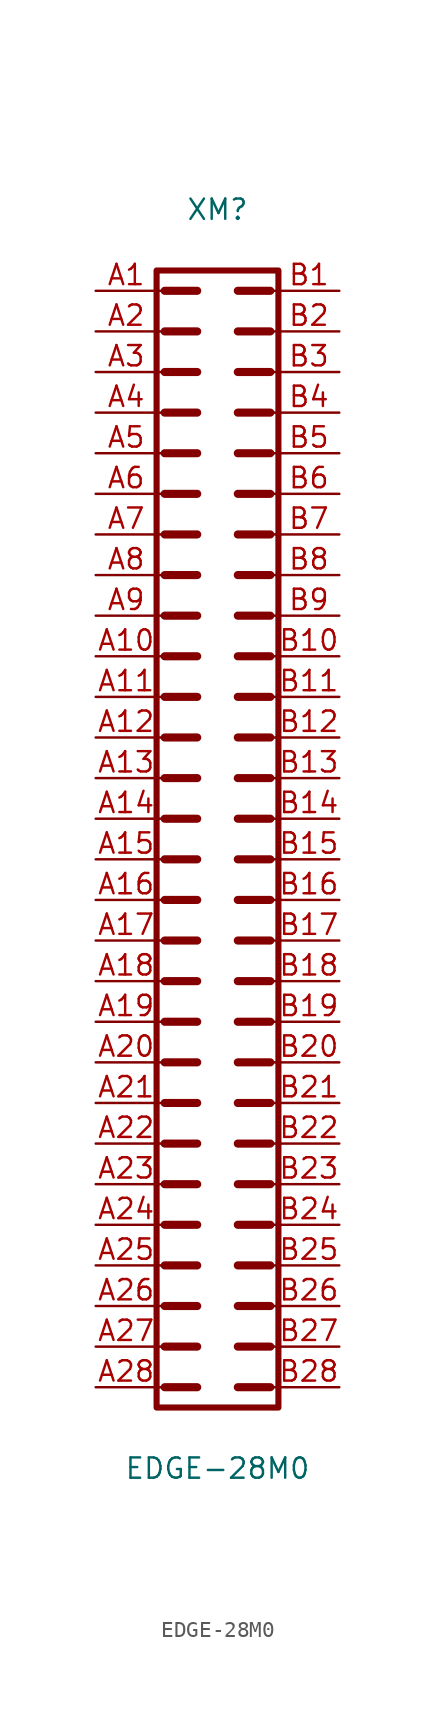
<source format=kicad_sym>
(kicad_symbol_lib
  (version 20231120)
  (generator "kicad_symbol_editor")
  (generator_version "8.0")
  (symbol "EDGE-28M0"
    (pin_names
      (offset 1.016))
    (property "Reference" "XM"
      (at 0 39.37 0)
      (effects (font (size 1.27 1.27))))
    (property "Value" "EDGE-28M0"
      (at 0 -39.37 0)
      (effects (font (size 1.27 1.27))))
    (symbol "EDGE-28M0_0_1"
      (rectangle (start -3.81 35.56) (end 3.81 -35.56) (stroke (width 0.381) (type default)) (fill (type none)))
      (polyline (pts (xy -3.81 -34.29) (xy -3.302 -34.29)) (stroke (width 0) (type default)) (fill (type none)))
      (polyline (pts (xy -3.81 -31.75) (xy -3.302 -31.75)) (stroke (width 0) (type default)) (fill (type none)))
      (polyline (pts (xy -3.81 -29.21) (xy -3.302 -29.21)) (stroke (width 0) (type default)) (fill (type none)))
      (polyline (pts (xy -3.81 -26.67) (xy -3.302 -26.67)) (stroke (width 0) (type default)) (fill (type none)))
      (polyline (pts (xy -3.81 -24.13) (xy -3.302 -24.13)) (stroke (width 0) (type default)) (fill (type none)))
      (polyline (pts (xy -3.81 -21.59) (xy -3.302 -21.59)) (stroke (width 0) (type default)) (fill (type none)))
      (polyline (pts (xy -3.81 -19.05) (xy -3.302 -19.05)) (stroke (width 0) (type default)) (fill (type none)))
      (polyline (pts (xy -3.81 -16.51) (xy -3.302 -16.51)) (stroke (width 0) (type default)) (fill (type none)))
      (polyline (pts (xy -3.81 -13.97) (xy -3.302 -13.97)) (stroke (width 0) (type default)) (fill (type none)))
      (polyline (pts (xy -3.81 -11.43) (xy -3.302 -11.43)) (stroke (width 0) (type default)) (fill (type none)))
      (polyline (pts (xy -3.81 -8.89) (xy -3.302 -8.89)) (stroke (width 0) (type default)) (fill (type none)))
      (polyline (pts (xy -3.81 -6.35) (xy -3.302 -6.35)) (stroke (width 0) (type default)) (fill (type none)))
      (polyline (pts (xy -3.81 -3.81) (xy -3.302 -3.81)) (stroke (width 0) (type default)) (fill (type none)))
      (polyline (pts (xy -3.81 -1.27) (xy -3.302 -1.27)) (stroke (width 0) (type default)) (fill (type none)))
      (polyline (pts (xy -3.81 1.27) (xy -3.302 1.27)) (stroke (width 0) (type default)) (fill (type none)))
      (polyline (pts (xy -3.81 3.81) (xy -3.302 3.81)) (stroke (width 0) (type default)) (fill (type none)))
      (polyline (pts (xy -3.81 6.35) (xy -3.302 6.35)) (stroke (width 0) (type default)) (fill (type none)))
      (polyline (pts (xy -3.81 8.89) (xy -3.302 8.89)) (stroke (width 0) (type default)) (fill (type none)))
      (polyline (pts (xy -3.81 11.43) (xy -3.302 11.43)) (stroke (width 0) (type default)) (fill (type none)))
      (polyline (pts (xy -3.81 13.97) (xy -3.302 13.97)) (stroke (width 0) (type default)) (fill (type none)))
      (polyline (pts (xy -3.81 16.51) (xy -3.302 16.51)) (stroke (width 0) (type default)) (fill (type none)))
      (polyline (pts (xy -3.81 19.05) (xy -3.302 19.05)) (stroke (width 0) (type default)) (fill (type none)))
      (polyline (pts (xy -3.81 21.59) (xy -3.302 21.59)) (stroke (width 0) (type default)) (fill (type none)))
      (polyline (pts (xy -3.81 24.13) (xy -3.302 24.13)) (stroke (width 0) (type default)) (fill (type none)))
      (polyline (pts (xy -3.81 26.67) (xy -3.302 26.67)) (stroke (width 0) (type default)) (fill (type none)))
      (polyline (pts (xy -3.81 29.21) (xy -3.302 29.21)) (stroke (width 0) (type default)) (fill (type none)))
      (polyline (pts (xy -3.81 31.75) (xy -3.302 31.75)) (stroke (width 0) (type default)) (fill (type none)))
      (polyline (pts (xy -3.81 34.29) (xy -3.302 34.29)) (stroke (width 0) (type default)) (fill (type none)))
      (polyline (pts (xy -3.302 -34.29) (xy -1.27 -34.29)) (stroke (width 0.508) (type default)) (fill (type none)))
      (polyline (pts (xy -3.302 -31.75) (xy -1.27 -31.75)) (stroke (width 0.508) (type default)) (fill (type none)))
      (polyline (pts (xy -3.302 -29.21) (xy -1.27 -29.21)) (stroke (width 0.508) (type default)) (fill (type none)))
      (polyline (pts (xy -3.302 -26.67) (xy -1.27 -26.67)) (stroke (width 0.508) (type default)) (fill (type none)))
      (polyline (pts (xy -3.302 -24.13) (xy -1.27 -24.13)) (stroke (width 0.508) (type default)) (fill (type none)))
      (polyline (pts (xy -3.302 -21.59) (xy -1.27 -21.59)) (stroke (width 0.508) (type default)) (fill (type none)))
      (polyline (pts (xy -3.302 -19.05) (xy -1.27 -19.05)) (stroke (width 0.508) (type default)) (fill (type none)))
      (polyline (pts (xy -3.302 -16.51) (xy -1.27 -16.51)) (stroke (width 0.508) (type default)) (fill (type none)))
      (polyline (pts (xy -3.302 -13.97) (xy -1.27 -13.97)) (stroke (width 0.508) (type default)) (fill (type none)))
      (polyline (pts (xy -3.302 -11.43) (xy -1.27 -11.43)) (stroke (width 0.508) (type default)) (fill (type none)))
      (polyline (pts (xy -3.302 -8.89) (xy -1.27 -8.89)) (stroke (width 0.508) (type default)) (fill (type none)))
      (polyline (pts (xy -3.302 -6.35) (xy -1.27 -6.35)) (stroke (width 0.508) (type default)) (fill (type none)))
      (polyline (pts (xy -3.302 -3.81) (xy -1.27 -3.81)) (stroke (width 0.508) (type default)) (fill (type none)))
      (polyline (pts (xy -3.302 -1.27) (xy -1.27 -1.27)) (stroke (width 0.508) (type default)) (fill (type none)))
      (polyline (pts (xy -3.302 1.27) (xy -1.27 1.27)) (stroke (width 0.508) (type default)) (fill (type none)))
      (polyline (pts (xy -3.302 3.81) (xy -1.27 3.81)) (stroke (width 0.508) (type default)) (fill (type none)))
      (polyline (pts (xy -3.302 6.35) (xy -1.27 6.35)) (stroke (width 0.508) (type default)) (fill (type none)))
      (polyline (pts (xy -3.302 8.89) (xy -1.27 8.89)) (stroke (width 0.508) (type default)) (fill (type none)))
      (polyline (pts (xy -3.302 11.43) (xy -1.27 11.43)) (stroke (width 0.508) (type default)) (fill (type none)))
      (polyline (pts (xy -3.302 13.97) (xy -1.27 13.97)) (stroke (width 0.508) (type default)) (fill (type none)))
      (polyline (pts (xy -3.302 16.51) (xy -1.27 16.51)) (stroke (width 0.508) (type default)) (fill (type none)))
      (polyline (pts (xy -3.302 19.05) (xy -1.27 19.05)) (stroke (width 0.508) (type default)) (fill (type none)))
      (polyline (pts (xy -3.302 21.59) (xy -1.27 21.59)) (stroke (width 0.508) (type default)) (fill (type none)))
      (polyline (pts (xy -3.302 24.13) (xy -1.27 24.13)) (stroke (width 0.508) (type default)) (fill (type none)))
      (polyline (pts (xy -3.302 26.67) (xy -1.27 26.67)) (stroke (width 0.508) (type default)) (fill (type none)))
      (polyline (pts (xy -3.302 29.21) (xy -1.27 29.21)) (stroke (width 0.508) (type default)) (fill (type none)))
      (polyline (pts (xy -3.302 31.75) (xy -1.27 31.75)) (stroke (width 0.508) (type default)) (fill (type none)))
      (polyline (pts (xy -3.302 34.29) (xy -1.27 34.29)) (stroke (width 0.508) (type default)) (fill (type none)))
      (polyline (pts (xy 3.302 -34.29) (xy 1.27 -34.29)) (stroke (width 0.508) (type default)) (fill (type none)))
      (polyline (pts (xy 3.302 -31.75) (xy 1.27 -31.75)) (stroke (width 0.508) (type default)) (fill (type none)))
      (polyline (pts (xy 3.302 -29.21) (xy 1.27 -29.21)) (stroke (width 0.508) (type default)) (fill (type none)))
      (polyline (pts (xy 3.302 -26.67) (xy 1.27 -26.67)) (stroke (width 0.508) (type default)) (fill (type none)))
      (polyline (pts (xy 3.302 -24.13) (xy 1.27 -24.13)) (stroke (width 0.508) (type default)) (fill (type none)))
      (polyline (pts (xy 3.302 -21.59) (xy 1.27 -21.59)) (stroke (width 0.508) (type default)) (fill (type none)))
      (polyline (pts (xy 3.302 -19.05) (xy 1.27 -19.05)) (stroke (width 0.508) (type default)) (fill (type none)))
      (polyline (pts (xy 3.302 -16.51) (xy 1.27 -16.51)) (stroke (width 0.508) (type default)) (fill (type none)))
      (polyline (pts (xy 3.302 -13.97) (xy 1.27 -13.97)) (stroke (width 0.508) (type default)) (fill (type none)))
      (polyline (pts (xy 3.302 -11.43) (xy 1.27 -11.43)) (stroke (width 0.508) (type default)) (fill (type none)))
      (polyline (pts (xy 3.302 -8.89) (xy 1.27 -8.89)) (stroke (width 0.508) (type default)) (fill (type none)))
      (polyline (pts (xy 3.302 -6.35) (xy 1.27 -6.35)) (stroke (width 0.508) (type default)) (fill (type none)))
      (polyline (pts (xy 3.302 -3.81) (xy 1.27 -3.81)) (stroke (width 0.508) (type default)) (fill (type none)))
      (polyline (pts (xy 3.302 -1.27) (xy 1.27 -1.27)) (stroke (width 0.508) (type default)) (fill (type none)))
      (polyline (pts (xy 3.302 1.27) (xy 1.27 1.27)) (stroke (width 0.508) (type default)) (fill (type none)))
      (polyline (pts (xy 3.302 3.81) (xy 1.27 3.81)) (stroke (width 0.508) (type default)) (fill (type none)))
      (polyline (pts (xy 3.302 6.35) (xy 1.27 6.35)) (stroke (width 0.508) (type default)) (fill (type none)))
      (polyline (pts (xy 3.302 8.89) (xy 1.27 8.89)) (stroke (width 0.508) (type default)) (fill (type none)))
      (polyline (pts (xy 3.302 11.43) (xy 1.27 11.43)) (stroke (width 0.508) (type default)) (fill (type none)))
      (polyline (pts (xy 3.302 13.97) (xy 1.27 13.97)) (stroke (width 0.508) (type default)) (fill (type none)))
      (polyline (pts (xy 3.302 16.51) (xy 1.27 16.51)) (stroke (width 0.508) (type default)) (fill (type none)))
      (polyline (pts (xy 3.302 19.05) (xy 1.27 19.05)) (stroke (width 0.508) (type default)) (fill (type none)))
      (polyline (pts (xy 3.302 21.59) (xy 1.27 21.59)) (stroke (width 0.508) (type default)) (fill (type none)))
      (polyline (pts (xy 3.302 24.13) (xy 1.27 24.13)) (stroke (width 0.508) (type default)) (fill (type none)))
      (polyline (pts (xy 3.302 26.67) (xy 1.27 26.67)) (stroke (width 0.508) (type default)) (fill (type none)))
      (polyline (pts (xy 3.302 29.21) (xy 1.27 29.21)) (stroke (width 0.508) (type default)) (fill (type none)))
      (polyline (pts (xy 3.302 31.75) (xy 1.27 31.75)) (stroke (width 0.508) (type default)) (fill (type none)))
      (polyline (pts (xy 3.302 34.29) (xy 1.27 34.29)) (stroke (width 0.508) (type default)) (fill (type none)))
      (polyline (pts (xy 3.81 -34.29) (xy 3.302 -34.29)) (stroke (width 0) (type default)) (fill (type none)))
      (polyline (pts (xy 3.81 -31.75) (xy 3.302 -31.75)) (stroke (width 0) (type default)) (fill (type none)))
      (polyline (pts (xy 3.81 -29.21) (xy 3.302 -29.21)) (stroke (width 0) (type default)) (fill (type none)))
      (polyline (pts (xy 3.81 -26.67) (xy 3.302 -26.67)) (stroke (width 0) (type default)) (fill (type none)))
      (polyline (pts (xy 3.81 -24.13) (xy 3.302 -24.13)) (stroke (width 0) (type default)) (fill (type none)))
      (polyline (pts (xy 3.81 -21.59) (xy 3.302 -21.59)) (stroke (width 0) (type default)) (fill (type none)))
      (polyline (pts (xy 3.81 -19.05) (xy 3.302 -19.05)) (stroke (width 0) (type default)) (fill (type none)))
      (polyline (pts (xy 3.81 -16.51) (xy 3.302 -16.51)) (stroke (width 0) (type default)) (fill (type none)))
      (polyline (pts (xy 3.81 -13.97) (xy 3.302 -13.97)) (stroke (width 0) (type default)) (fill (type none)))
      (polyline (pts (xy 3.81 -11.43) (xy 3.302 -11.43)) (stroke (width 0) (type default)) (fill (type none)))
      (polyline (pts (xy 3.81 -8.89) (xy 3.302 -8.89)) (stroke (width 0) (type default)) (fill (type none)))
      (polyline (pts (xy 3.81 -6.35) (xy 3.302 -6.35)) (stroke (width 0) (type default)) (fill (type none)))
      (polyline (pts (xy 3.81 -3.81) (xy 3.302 -3.81)) (stroke (width 0) (type default)) (fill (type none)))
      (polyline (pts (xy 3.81 -1.27) (xy 3.302 -1.27)) (stroke (width 0) (type default)) (fill (type none)))
      (polyline (pts (xy 3.81 1.27) (xy 3.302 1.27)) (stroke (width 0) (type default)) (fill (type none)))
      (polyline (pts (xy 3.81 3.81) (xy 3.302 3.81)) (stroke (width 0) (type default)) (fill (type none)))
      (polyline (pts (xy 3.81 6.35) (xy 3.302 6.35)) (stroke (width 0) (type default)) (fill (type none)))
      (polyline (pts (xy 3.81 8.89) (xy 3.302 8.89)) (stroke (width 0) (type default)) (fill (type none)))
      (polyline (pts (xy 3.81 11.43) (xy 3.302 11.43)) (stroke (width 0) (type default)) (fill (type none)))
      (polyline (pts (xy 3.81 13.97) (xy 3.302 13.97)) (stroke (width 0) (type default)) (fill (type none)))
      (polyline (pts (xy 3.81 16.51) (xy 3.302 16.51)) (stroke (width 0) (type default)) (fill (type none)))
      (polyline (pts (xy 3.81 19.05) (xy 3.302 19.05)) (stroke (width 0) (type default)) (fill (type none)))
      (polyline (pts (xy 3.81 21.59) (xy 3.302 21.59)) (stroke (width 0) (type default)) (fill (type none)))
      (polyline (pts (xy 3.81 24.13) (xy 3.302 24.13)) (stroke (width 0) (type default)) (fill (type none)))
      (polyline (pts (xy 3.81 26.67) (xy 3.302 26.67)) (stroke (width 0) (type default)) (fill (type none)))
      (polyline (pts (xy 3.81 29.21) (xy 3.302 29.21)) (stroke (width 0) (type default)) (fill (type none)))
      (polyline (pts (xy 3.81 31.75) (xy 3.302 31.75)) (stroke (width 0) (type default)) (fill (type none)))
      (polyline (pts (xy 3.81 34.29) (xy 3.302 34.29)) (stroke (width 0) (type default)) (fill (type none))))
    (symbol "EDGE-28M0_1_1"
      (pin passive line (at -7.62 34.29 0) (length 3.81) (name "~" (effects (font (size 1.27 1.27)))) (number "A1" (effects (font (size 1.27 1.27)))))
      (pin passive line (at -7.62 11.43 0) (length 3.81) (name "~" (effects (font (size 1.27 1.27)))) (number "A10" (effects (font (size 1.27 1.27)))))
      (pin passive line (at -7.62 8.89 0) (length 3.81) (name "~" (effects (font (size 1.27 1.27)))) (number "A11" (effects (font (size 1.27 1.27)))))
      (pin passive line (at -7.62 6.35 0) (length 3.81) (name "~" (effects (font (size 1.27 1.27)))) (number "A12" (effects (font (size 1.27 1.27)))))
      (pin passive line (at -7.62 3.81 0) (length 3.81) (name "~" (effects (font (size 1.27 1.27)))) (number "A13" (effects (font (size 1.27 1.27)))))
      (pin passive line (at -7.62 1.27 0) (length 3.81) (name "~" (effects (font (size 1.27 1.27)))) (number "A14" (effects (font (size 1.27 1.27)))))
      (pin passive line (at -7.62 -1.27 0) (length 3.81) (name "~" (effects (font (size 1.27 1.27)))) (number "A15" (effects (font (size 1.27 1.27)))))
      (pin passive line (at -7.62 -3.81 0) (length 3.81) (name "~" (effects (font (size 1.27 1.27)))) (number "A16" (effects (font (size 1.27 1.27)))))
      (pin passive line (at -7.62 -6.35 0) (length 3.81) (name "~" (effects (font (size 1.27 1.27)))) (number "A17" (effects (font (size 1.27 1.27)))))
      (pin passive line (at -7.62 -8.89 0) (length 3.81) (name "~" (effects (font (size 1.27 1.27)))) (number "A18" (effects (font (size 1.27 1.27)))))
      (pin passive line (at -7.62 -11.43 0) (length 3.81) (name "~" (effects (font (size 1.27 1.27)))) (number "A19" (effects (font (size 1.27 1.27)))))
      (pin passive line (at -7.62 31.75 0) (length 3.81) (name "~" (effects (font (size 1.27 1.27)))) (number "A2" (effects (font (size 1.27 1.27)))))
      (pin passive line (at -7.62 -13.97 0) (length 3.81) (name "~" (effects (font (size 1.27 1.27)))) (number "A20" (effects (font (size 1.27 1.27)))))
      (pin passive line (at -7.62 -16.51 0) (length 3.81) (name "~" (effects (font (size 1.27 1.27)))) (number "A21" (effects (font (size 1.27 1.27)))))
      (pin passive line (at -7.62 -19.05 0) (length 3.81) (name "~" (effects (font (size 1.27 1.27)))) (number "A22" (effects (font (size 1.27 1.27)))))
      (pin passive line (at -7.62 -21.59 0) (length 3.81) (name "~" (effects (font (size 1.27 1.27)))) (number "A23" (effects (font (size 1.27 1.27)))))
      (pin passive line (at -7.62 -24.13 0) (length 3.81) (name "~" (effects (font (size 1.27 1.27)))) (number "A24" (effects (font (size 1.27 1.27)))))
      (pin passive line (at -7.62 -26.67 0) (length 3.81) (name "~" (effects (font (size 1.27 1.27)))) (number "A25" (effects (font (size 1.27 1.27)))))
      (pin passive line (at -7.62 -29.21 0) (length 3.81) (name "~" (effects (font (size 1.27 1.27)))) (number "A26" (effects (font (size 1.27 1.27)))))
      (pin passive line (at -7.62 -31.75 0) (length 3.81) (name "~" (effects (font (size 1.27 1.27)))) (number "A27" (effects (font (size 1.27 1.27)))))
      (pin passive line (at -7.62 -34.29 0) (length 3.81) (name "~" (effects (font (size 1.27 1.27)))) (number "A28" (effects (font (size 1.27 1.27)))))
      (pin passive line (at -7.62 29.21 0) (length 3.81) (name "~" (effects (font (size 1.27 1.27)))) (number "A3" (effects (font (size 1.27 1.27)))))
      (pin passive line (at -7.62 26.67 0) (length 3.81) (name "~" (effects (font (size 1.27 1.27)))) (number "A4" (effects (font (size 1.27 1.27)))))
      (pin passive line (at -7.62 24.13 0) (length 3.81) (name "~" (effects (font (size 1.27 1.27)))) (number "A5" (effects (font (size 1.27 1.27)))))
      (pin passive line (at -7.62 21.59 0) (length 3.81) (name "~" (effects (font (size 1.27 1.27)))) (number "A6" (effects (font (size 1.27 1.27)))))
      (pin passive line (at -7.62 19.05 0) (length 3.81) (name "~" (effects (font (size 1.27 1.27)))) (number "A7" (effects (font (size 1.27 1.27)))))
      (pin passive line (at -7.62 16.51 0) (length 3.81) (name "~" (effects (font (size 1.27 1.27)))) (number "A8" (effects (font (size 1.27 1.27)))))
      (pin passive line (at -7.62 13.97 0) (length 3.81) (name "~" (effects (font (size 1.27 1.27)))) (number "A9" (effects (font (size 1.27 1.27)))))
      (pin passive line (at 7.62 34.29 180) (length 3.81) (name "~" (effects (font (size 1.27 1.27)))) (number "B1" (effects (font (size 1.27 1.27)))))
      (pin passive line (at 7.62 11.43 180) (length 3.81) (name "~" (effects (font (size 1.27 1.27)))) (number "B10" (effects (font (size 1.27 1.27)))))
      (pin passive line (at 7.62 8.89 180) (length 3.81) (name "~" (effects (font (size 1.27 1.27)))) (number "B11" (effects (font (size 1.27 1.27)))))
      (pin passive line (at 7.62 6.35 180) (length 3.81) (name "~" (effects (font (size 1.27 1.27)))) (number "B12" (effects (font (size 1.27 1.27)))))
      (pin passive line (at 7.62 3.81 180) (length 3.81) (name "~" (effects (font (size 1.27 1.27)))) (number "B13" (effects (font (size 1.27 1.27)))))
      (pin passive line (at 7.62 1.27 180) (length 3.81) (name "~" (effects (font (size 1.27 1.27)))) (number "B14" (effects (font (size 1.27 1.27)))))
      (pin passive line (at 7.62 -1.27 180) (length 3.81) (name "~" (effects (font (size 1.27 1.27)))) (number "B15" (effects (font (size 1.27 1.27)))))
      (pin passive line (at 7.62 -3.81 180) (length 3.81) (name "~" (effects (font (size 1.27 1.27)))) (number "B16" (effects (font (size 1.27 1.27)))))
      (pin passive line (at 7.62 -6.35 180) (length 3.81) (name "~" (effects (font (size 1.27 1.27)))) (number "B17" (effects (font (size 1.27 1.27)))))
      (pin passive line (at 7.62 -8.89 180) (length 3.81) (name "~" (effects (font (size 1.27 1.27)))) (number "B18" (effects (font (size 1.27 1.27)))))
      (pin passive line (at 7.62 -11.43 180) (length 3.81) (name "~" (effects (font (size 1.27 1.27)))) (number "B19" (effects (font (size 1.27 1.27)))))
      (pin passive line (at 7.62 31.75 180) (length 3.81) (name "~" (effects (font (size 1.27 1.27)))) (number "B2" (effects (font (size 1.27 1.27)))))
      (pin passive line (at 7.62 -13.97 180) (length 3.81) (name "~" (effects (font (size 1.27 1.27)))) (number "B20" (effects (font (size 1.27 1.27)))))
      (pin passive line (at 7.62 -16.51 180) (length 3.81) (name "~" (effects (font (size 1.27 1.27)))) (number "B21" (effects (font (size 1.27 1.27)))))
      (pin passive line (at 7.62 -19.05 180) (length 3.81) (name "~" (effects (font (size 1.27 1.27)))) (number "B22" (effects (font (size 1.27 1.27)))))
      (pin passive line (at 7.62 -21.59 180) (length 3.81) (name "~" (effects (font (size 1.27 1.27)))) (number "B23" (effects (font (size 1.27 1.27)))))
      (pin passive line (at 7.62 -24.13 180) (length 3.81) (name "~" (effects (font (size 1.27 1.27)))) (number "B24" (effects (font (size 1.27 1.27)))))
      (pin passive line (at 7.62 -26.67 180) (length 3.81) (name "~" (effects (font (size 1.27 1.27)))) (number "B25" (effects (font (size 1.27 1.27)))))
      (pin passive line (at 7.62 -29.21 180) (length 3.81) (name "~" (effects (font (size 1.27 1.27)))) (number "B26" (effects (font (size 1.27 1.27)))))
      (pin passive line (at 7.62 -31.75 180) (length 3.81) (name "~" (effects (font (size 1.27 1.27)))) (number "B27" (effects (font (size 1.27 1.27)))))
      (pin passive line (at 7.62 -34.29 180) (length 3.81) (name "~" (effects (font (size 1.27 1.27)))) (number "B28" (effects (font (size 1.27 1.27)))))
      (pin passive line (at 7.62 29.21 180) (length 3.81) (name "~" (effects (font (size 1.27 1.27)))) (number "B3" (effects (font (size 1.27 1.27)))))
      (pin passive line (at 7.62 26.67 180) (length 3.81) (name "~" (effects (font (size 1.27 1.27)))) (number "B4" (effects (font (size 1.27 1.27)))))
      (pin passive line (at 7.62 24.13 180) (length 3.81) (name "~" (effects (font (size 1.27 1.27)))) (number "B5" (effects (font (size 1.27 1.27)))))
      (pin passive line (at 7.62 21.59 180) (length 3.81) (name "~" (effects (font (size 1.27 1.27)))) (number "B6" (effects (font (size 1.27 1.27)))))
      (pin passive line (at 7.62 19.05 180) (length 3.81) (name "~" (effects (font (size 1.27 1.27)))) (number "B7" (effects (font (size 1.27 1.27)))))
      (pin passive line (at 7.62 16.51 180) (length 3.81) (name "~" (effects (font (size 1.27 1.27)))) (number "B8" (effects (font (size 1.27 1.27)))))
      (pin passive line (at 7.62 13.97 180) (length 3.81) (name "~" (effects (font (size 1.27 1.27)))) (number "B9" (effects (font (size 1.27 1.27))))))))
</source>
